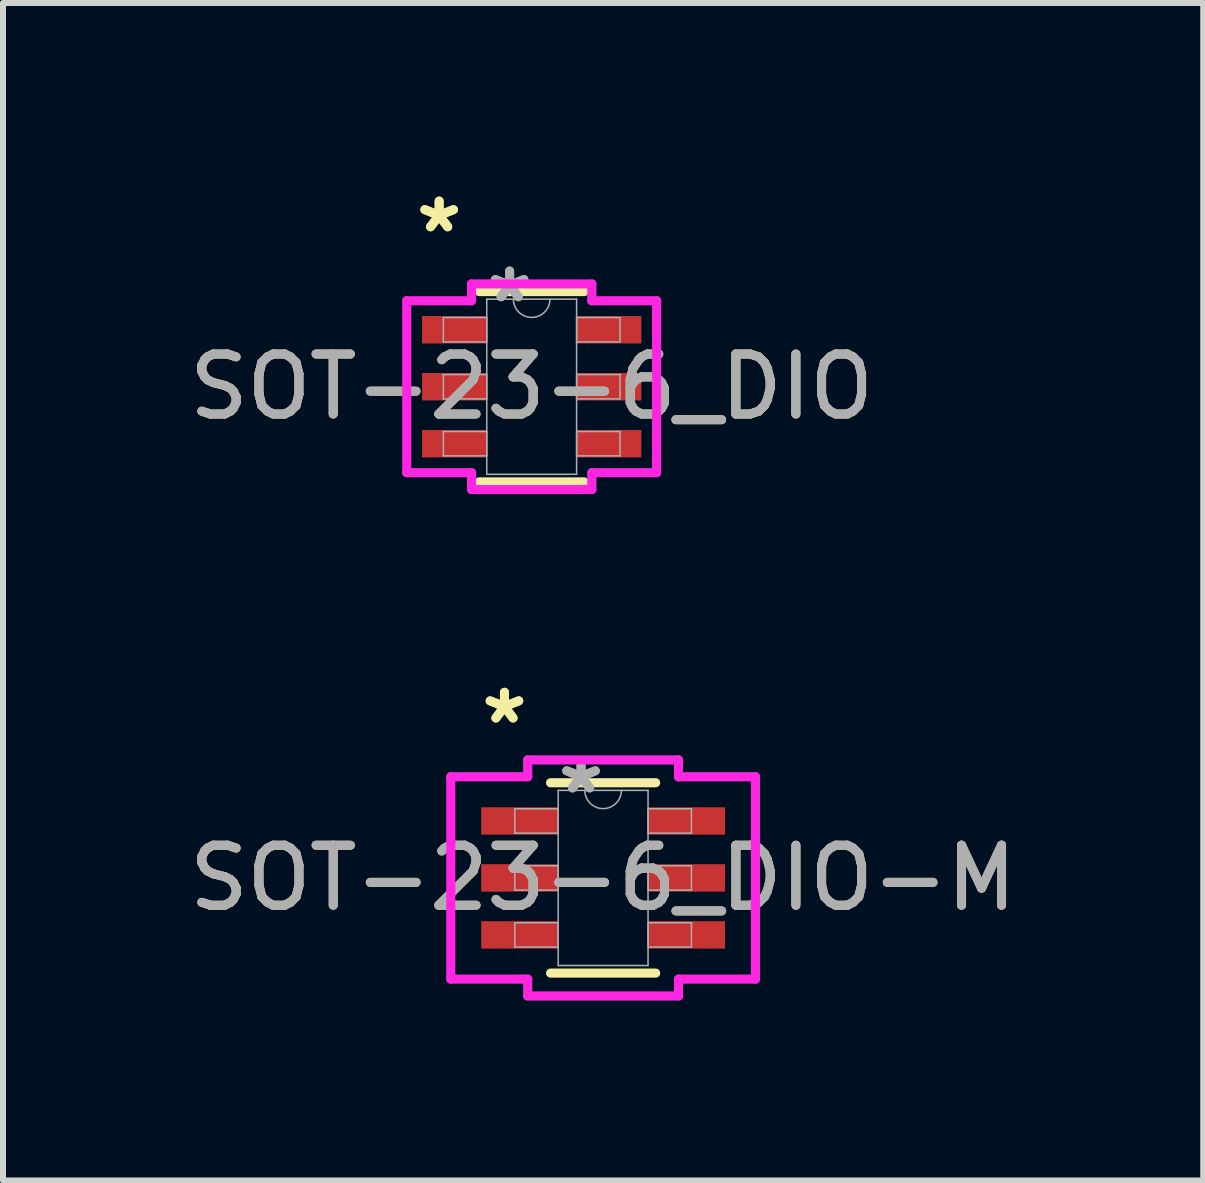
<source format=kicad_pcb>
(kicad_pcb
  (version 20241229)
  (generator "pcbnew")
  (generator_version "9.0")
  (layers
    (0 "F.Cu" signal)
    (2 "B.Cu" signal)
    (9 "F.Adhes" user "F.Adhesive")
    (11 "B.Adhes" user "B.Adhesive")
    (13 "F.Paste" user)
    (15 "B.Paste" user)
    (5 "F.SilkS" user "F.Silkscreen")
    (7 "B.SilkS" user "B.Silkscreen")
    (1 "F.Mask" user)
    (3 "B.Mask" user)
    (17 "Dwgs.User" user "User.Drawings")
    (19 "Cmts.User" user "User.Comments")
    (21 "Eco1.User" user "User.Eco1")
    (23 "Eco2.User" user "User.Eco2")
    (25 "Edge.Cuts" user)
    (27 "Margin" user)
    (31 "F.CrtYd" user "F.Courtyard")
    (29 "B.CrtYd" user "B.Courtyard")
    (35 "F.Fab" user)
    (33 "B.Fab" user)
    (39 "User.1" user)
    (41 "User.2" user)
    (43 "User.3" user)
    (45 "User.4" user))
  (footprint "SOT-23-6_DIO"
    (layer "F.Cu")
    (at 5.815 3.398)
    (property "Reference" "SOT-23-6_DIO" (at 0 0 0) (unlocked yes) (layer "F.SilkS") (effects (font (size 1 1) (thickness 0.15))))
    (attr smd)
    (fp_line (start -0.876 1.587) (end 0.876 1.587) (stroke (width 0.152) (type solid)) (layer "F.SilkS"))
    (fp_line (start 0.876 -1.587) (end -0.876 -1.587) (stroke (width 0.152) (type solid)) (layer "F.SilkS"))
    (fp_line (start -2.083 -1.433) (end -1.003 -1.433) (stroke (width 0.152) (type solid)) (layer "F.CrtYd"))
    (fp_line (start -2.083 1.433) (end -2.083 -1.433) (stroke (width 0.152) (type solid)) (layer "F.CrtYd"))
    (fp_line (start -2.083 1.433) (end -1.003 1.433) (stroke (width 0.152) (type solid)) (layer "F.CrtYd"))
    (fp_line (start -1.003 -1.714) (end 1.003 -1.714) (stroke (width 0.152) (type solid)) (layer "F.CrtYd"))
    (fp_line (start -1.003 -1.433) (end -1.003 -1.714) (stroke (width 0.152) (type solid)) (layer "F.CrtYd"))
    (fp_line (start -1.003 1.714) (end -1.003 1.433) (stroke (width 0.152) (type solid)) (layer "F.CrtYd"))
    (fp_line (start 1.003 -1.714) (end 1.003 -1.433) (stroke (width 0.152) (type solid)) (layer "F.CrtYd"))
    (fp_line (start 1.003 1.433) (end 1.003 1.714) (stroke (width 0.152) (type solid)) (layer "F.CrtYd"))
    (fp_line (start 1.003 1.714) (end -1.003 1.714) (stroke (width 0.152) (type solid)) (layer "F.CrtYd"))
    (fp_line (start 2.083 -1.433) (end 1.003 -1.433) (stroke (width 0.152) (type solid)) (layer "F.CrtYd"))
    (fp_line (start 2.083 -1.433) (end 2.083 1.433) (stroke (width 0.152) (type solid)) (layer "F.CrtYd"))
    (fp_line (start 2.083 1.433) (end 1.003 1.433) (stroke (width 0.152) (type solid)) (layer "F.CrtYd"))
    (fp_line (start -1.473 -1.153) (end -1.473 -0.747) (stroke (width 0.025) (type solid)) (layer "F.Fab"))
    (fp_line (start -1.473 -0.747) (end -0.749 -0.747) (stroke (width 0.025) (type solid)) (layer "F.Fab"))
    (fp_line (start -1.473 -0.203) (end -1.473 0.203) (stroke (width 0.025) (type solid)) (layer "F.Fab"))
    (fp_line (start -1.473 0.203) (end -0.749 0.203) (stroke (width 0.025) (type solid)) (layer "F.Fab"))
    (fp_line (start -1.473 0.747) (end -1.473 1.153) (stroke (width 0.025) (type solid)) (layer "F.Fab"))
    (fp_line (start -1.473 1.153) (end -0.749 1.153) (stroke (width 0.025) (type solid)) (layer "F.Fab"))
    (fp_line (start -0.749 -1.46) (end -0.749 1.46) (stroke (width 0.025) (type solid)) (layer "F.Fab"))
    (fp_line (start -0.749 -1.153) (end -1.473 -1.153) (stroke (width 0.025) (type solid)) (layer "F.Fab"))
    (fp_line (start -0.749 -0.747) (end -0.749 -1.153) (stroke (width 0.025) (type solid)) (layer "F.Fab"))
    (fp_line (start -0.749 -0.203) (end -1.473 -0.203) (stroke (width 0.025) (type solid)) (layer "F.Fab"))
    (fp_line (start -0.749 0.203) (end -0.749 -0.203) (stroke (width 0.025) (type solid)) (layer "F.Fab"))
    (fp_line (start -0.749 0.747) (end -1.473 0.747) (stroke (width 0.025) (type solid)) (layer "F.Fab"))
    (fp_line (start -0.749 1.153) (end -0.749 0.747) (stroke (width 0.025) (type solid)) (layer "F.Fab"))
    (fp_line (start -0.749 1.46) (end 0.749 1.46) (stroke (width 0.025) (type solid)) (layer "F.Fab"))
    (fp_line (start 0.749 -1.46) (end -0.749 -1.46) (stroke (width 0.025) (type solid)) (layer "F.Fab"))
    (fp_line (start 0.749 -1.153) (end 0.749 -0.747) (stroke (width 0.025) (type solid)) (layer "F.Fab"))
    (fp_line (start 0.749 -0.747) (end 1.473 -0.747) (stroke (width 0.025) (type solid)) (layer "F.Fab"))
    (fp_line (start 0.749 -0.203) (end 0.749 0.203) (stroke (width 0.025) (type solid)) (layer "F.Fab"))
    (fp_line (start 0.749 0.203) (end 1.473 0.203) (stroke (width 0.025) (type solid)) (layer "F.Fab"))
    (fp_line (start 0.749 0.747) (end 0.749 1.153) (stroke (width 0.025) (type solid)) (layer "F.Fab"))
    (fp_line (start 0.749 1.153) (end 1.473 1.153) (stroke (width 0.025) (type solid)) (layer "F.Fab"))
    (fp_line (start 0.749 1.46) (end 0.749 -1.46) (stroke (width 0.025) (type solid)) (layer "F.Fab"))
    (fp_line (start 1.473 -1.153) (end 0.749 -1.153) (stroke (width 0.025) (type solid)) (layer "F.Fab"))
    (fp_line (start 1.473 -0.747) (end 1.473 -1.153) (stroke (width 0.025) (type solid)) (layer "F.Fab"))
    (fp_line (start 1.473 -0.203) (end 0.749 -0.203) (stroke (width 0.025) (type solid)) (layer "F.Fab"))
    (fp_line (start 1.473 0.203) (end 1.473 -0.203) (stroke (width 0.025) (type solid)) (layer "F.Fab"))
    (fp_line (start 1.473 0.747) (end 0.749 0.747) (stroke (width 0.025) (type solid)) (layer "F.Fab"))
    (fp_line (start 1.473 1.153) (end 1.473 0.747) (stroke (width 0.025) (type solid)) (layer "F.Fab"))
    (fp_arc (start 0.3048 -1.4605) (mid 0 -1.1557) (end -0.3048 -1.4605) (stroke (width 0.0254) (type solid)) (layer "F.Fab"))
    (fp_text user "*" (at -1.543 -2.55 0) (unlocked yes) (layer "F.SilkS") (effects (font (size 1 1) (thickness 0.15))))
    (fp_text user "*" (at -1.543 -2.55 0) (layer "F.SilkS") (effects (font (size 1 1) (thickness 0.15))))
    (fp_text user "*" (at -0.368 -1.384 0) (layer "F.Fab") (effects (font (size 1 1) (thickness 0.15))))
    (fp_text user "*" (at -0.368 -1.384 0) (unlocked yes) (layer "F.Fab") (effects (font (size 1 1) (thickness 0.15))))
    (fp_text user "${REFERENCE}" (at 0 0 0) (unlocked yes) (layer "F.Fab") (effects (font (size 1 1) (thickness 0.15))))
    (pad "1" smd rect (at -1.289 -0.95) (size 1.079 0.457) (layers "F.Cu" "F.Mask" "F.Paste"))
    (pad "2" smd rect (at -1.289 0) (size 1.079 0.457) (layers "F.Cu" "F.Mask" "F.Paste"))
    (pad "3" smd rect (at -1.289 0.95) (size 1.079 0.457) (layers "F.Cu" "F.Mask" "F.Paste"))
    (pad "4" smd rect (at 1.289 0.95) (size 1.079 0.457) (layers "F.Cu" "F.Mask" "F.Paste"))
    (pad "5" smd rect (at 1.289 0) (size 1.079 0.457) (layers "F.Cu" "F.Mask" "F.Paste"))
    (pad "6" smd rect (at 1.289 -0.95) (size 1.079 0.457) (layers "F.Cu" "F.Mask" "F.Paste")))
  (footprint "SOT-23-6_DIO-M"
    (layer "F.Cu")
    (at 7.006 11.588)
    (property "Reference" "SOT-23-6_DIO-M" (at 0 0 0) (unlocked yes) (layer "F.SilkS") (effects (font (size 1 1) (thickness 0.15))))
    (attr smd)
    (fp_line (start -0.876 1.587) (end 0.876 1.587) (stroke (width 0.152) (type solid)) (layer "F.SilkS"))
    (fp_line (start 0.876 -1.587) (end -0.876 -1.587) (stroke (width 0.152) (type solid)) (layer "F.SilkS"))
    (fp_line (start -2.54 -1.687) (end -1.257 -1.687) (stroke (width 0.152) (type solid)) (layer "F.CrtYd"))
    (fp_line (start -2.54 1.687) (end -2.54 -1.687) (stroke (width 0.152) (type solid)) (layer "F.CrtYd"))
    (fp_line (start -2.54 1.687) (end -1.257 1.687) (stroke (width 0.152) (type solid)) (layer "F.CrtYd"))
    (fp_line (start -1.257 -1.968) (end 1.257 -1.968) (stroke (width 0.152) (type solid)) (layer "F.CrtYd"))
    (fp_line (start -1.257 -1.687) (end -1.257 -1.968) (stroke (width 0.152) (type solid)) (layer "F.CrtYd"))
    (fp_line (start -1.257 1.968) (end -1.257 1.687) (stroke (width 0.152) (type solid)) (layer "F.CrtYd"))
    (fp_line (start 1.257 -1.968) (end 1.257 -1.687) (stroke (width 0.152) (type solid)) (layer "F.CrtYd"))
    (fp_line (start 1.257 1.687) (end 1.257 1.968) (stroke (width 0.152) (type solid)) (layer "F.CrtYd"))
    (fp_line (start 1.257 1.968) (end -1.257 1.968) (stroke (width 0.152) (type solid)) (layer "F.CrtYd"))
    (fp_line (start 2.54 -1.687) (end 1.257 -1.687) (stroke (width 0.152) (type solid)) (layer "F.CrtYd"))
    (fp_line (start 2.54 -1.687) (end 2.54 1.687) (stroke (width 0.152) (type solid)) (layer "F.CrtYd"))
    (fp_line (start 2.54 1.687) (end 1.257 1.687) (stroke (width 0.152) (type solid)) (layer "F.CrtYd"))
    (fp_line (start -1.473 -1.153) (end -1.473 -0.747) (stroke (width 0.025) (type solid)) (layer "F.Fab"))
    (fp_line (start -1.473 -0.747) (end -0.749 -0.747) (stroke (width 0.025) (type solid)) (layer "F.Fab"))
    (fp_line (start -1.473 -0.203) (end -1.473 0.203) (stroke (width 0.025) (type solid)) (layer "F.Fab"))
    (fp_line (start -1.473 0.203) (end -0.749 0.203) (stroke (width 0.025) (type solid)) (layer "F.Fab"))
    (fp_line (start -1.473 0.747) (end -1.473 1.153) (stroke (width 0.025) (type solid)) (layer "F.Fab"))
    (fp_line (start -1.473 1.153) (end -0.749 1.153) (stroke (width 0.025) (type solid)) (layer "F.Fab"))
    (fp_line (start -0.749 -1.46) (end -0.749 1.46) (stroke (width 0.025) (type solid)) (layer "F.Fab"))
    (fp_line (start -0.749 -1.153) (end -1.473 -1.153) (stroke (width 0.025) (type solid)) (layer "F.Fab"))
    (fp_line (start -0.749 -0.747) (end -0.749 -1.153) (stroke (width 0.025) (type solid)) (layer "F.Fab"))
    (fp_line (start -0.749 -0.203) (end -1.473 -0.203) (stroke (width 0.025) (type solid)) (layer "F.Fab"))
    (fp_line (start -0.749 0.203) (end -0.749 -0.203) (stroke (width 0.025) (type solid)) (layer "F.Fab"))
    (fp_line (start -0.749 0.747) (end -1.473 0.747) (stroke (width 0.025) (type solid)) (layer "F.Fab"))
    (fp_line (start -0.749 1.153) (end -0.749 0.747) (stroke (width 0.025) (type solid)) (layer "F.Fab"))
    (fp_line (start -0.749 1.46) (end 0.749 1.46) (stroke (width 0.025) (type solid)) (layer "F.Fab"))
    (fp_line (start 0.749 -1.46) (end -0.749 -1.46) (stroke (width 0.025) (type solid)) (layer "F.Fab"))
    (fp_line (start 0.749 -1.153) (end 0.749 -0.747) (stroke (width 0.025) (type solid)) (layer "F.Fab"))
    (fp_line (start 0.749 -0.747) (end 1.473 -0.747) (stroke (width 0.025) (type solid)) (layer "F.Fab"))
    (fp_line (start 0.749 -0.203) (end 0.749 0.203) (stroke (width 0.025) (type solid)) (layer "F.Fab"))
    (fp_line (start 0.749 0.203) (end 1.473 0.203) (stroke (width 0.025) (type solid)) (layer "F.Fab"))
    (fp_line (start 0.749 0.747) (end 0.749 1.153) (stroke (width 0.025) (type solid)) (layer "F.Fab"))
    (fp_line (start 0.749 1.153) (end 1.473 1.153) (stroke (width 0.025) (type solid)) (layer "F.Fab"))
    (fp_line (start 0.749 1.46) (end 0.749 -1.46) (stroke (width 0.025) (type solid)) (layer "F.Fab"))
    (fp_line (start 1.473 -1.153) (end 0.749 -1.153) (stroke (width 0.025) (type solid)) (layer "F.Fab"))
    (fp_line (start 1.473 -0.747) (end 1.473 -1.153) (stroke (width 0.025) (type solid)) (layer "F.Fab"))
    (fp_line (start 1.473 -0.203) (end 0.749 -0.203) (stroke (width 0.025) (type solid)) (layer "F.Fab"))
    (fp_line (start 1.473 0.203) (end 1.473 -0.203) (stroke (width 0.025) (type solid)) (layer "F.Fab"))
    (fp_line (start 1.473 0.747) (end 0.749 0.747) (stroke (width 0.025) (type solid)) (layer "F.Fab"))
    (fp_line (start 1.473 1.153) (end 1.473 0.747) (stroke (width 0.025) (type solid)) (layer "F.Fab"))
    (fp_arc (start 0.3048 -1.4605) (mid 0 -1.1557) (end -0.3048 -1.4605) (stroke (width 0.0254) (type solid)) (layer "F.Fab"))
    (fp_text user "*" (at -1.645 -2.55 0) (unlocked yes) (layer "F.SilkS") (effects (font (size 1 1) (thickness 0.15))))
    (fp_text user "*" (at -1.645 -2.55 0) (layer "F.SilkS") (effects (font (size 1 1) (thickness 0.15))))
    (fp_text user "${REFERENCE}" (at 0 0 0) (unlocked yes) (layer "F.Fab") (effects (font (size 1 1) (thickness 0.15))))
    (fp_text user "*" (at -0.368 -1.384 0) (layer "F.Fab") (effects (font (size 1 1) (thickness 0.15))))
    (fp_text user "*" (at -0.368 -1.384 0) (unlocked yes) (layer "F.Fab") (effects (font (size 1 1) (thickness 0.15))))
    (pad "1" smd rect (at -1.391 -0.95) (size 1.283 0.457) (layers "F.Cu" "F.Mask" "F.Paste"))
    (pad "2" smd rect (at -1.391 0) (size 1.283 0.457) (layers "F.Cu" "F.Mask" "F.Paste"))
    (pad "3" smd rect (at -1.391 0.95) (size 1.283 0.457) (layers "F.Cu" "F.Mask" "F.Paste"))
    (pad "4" smd rect (at 1.391 0.95) (size 1.283 0.457) (layers "F.Cu" "F.Mask" "F.Paste"))
    (pad "5" smd rect (at 1.391 0) (size 1.283 0.457) (layers "F.Cu" "F.Mask" "F.Paste"))
    (pad "6" smd rect (at 1.391 -0.95) (size 1.283 0.457) (layers "F.Cu" "F.Mask" "F.Paste")))
  (gr_rect
    (start -3 -3)
    (end 17.012 16.632)
    (stroke (width 0.1) (type default))
    (fill no)
    (layer "Edge.Cuts")))
</source>
